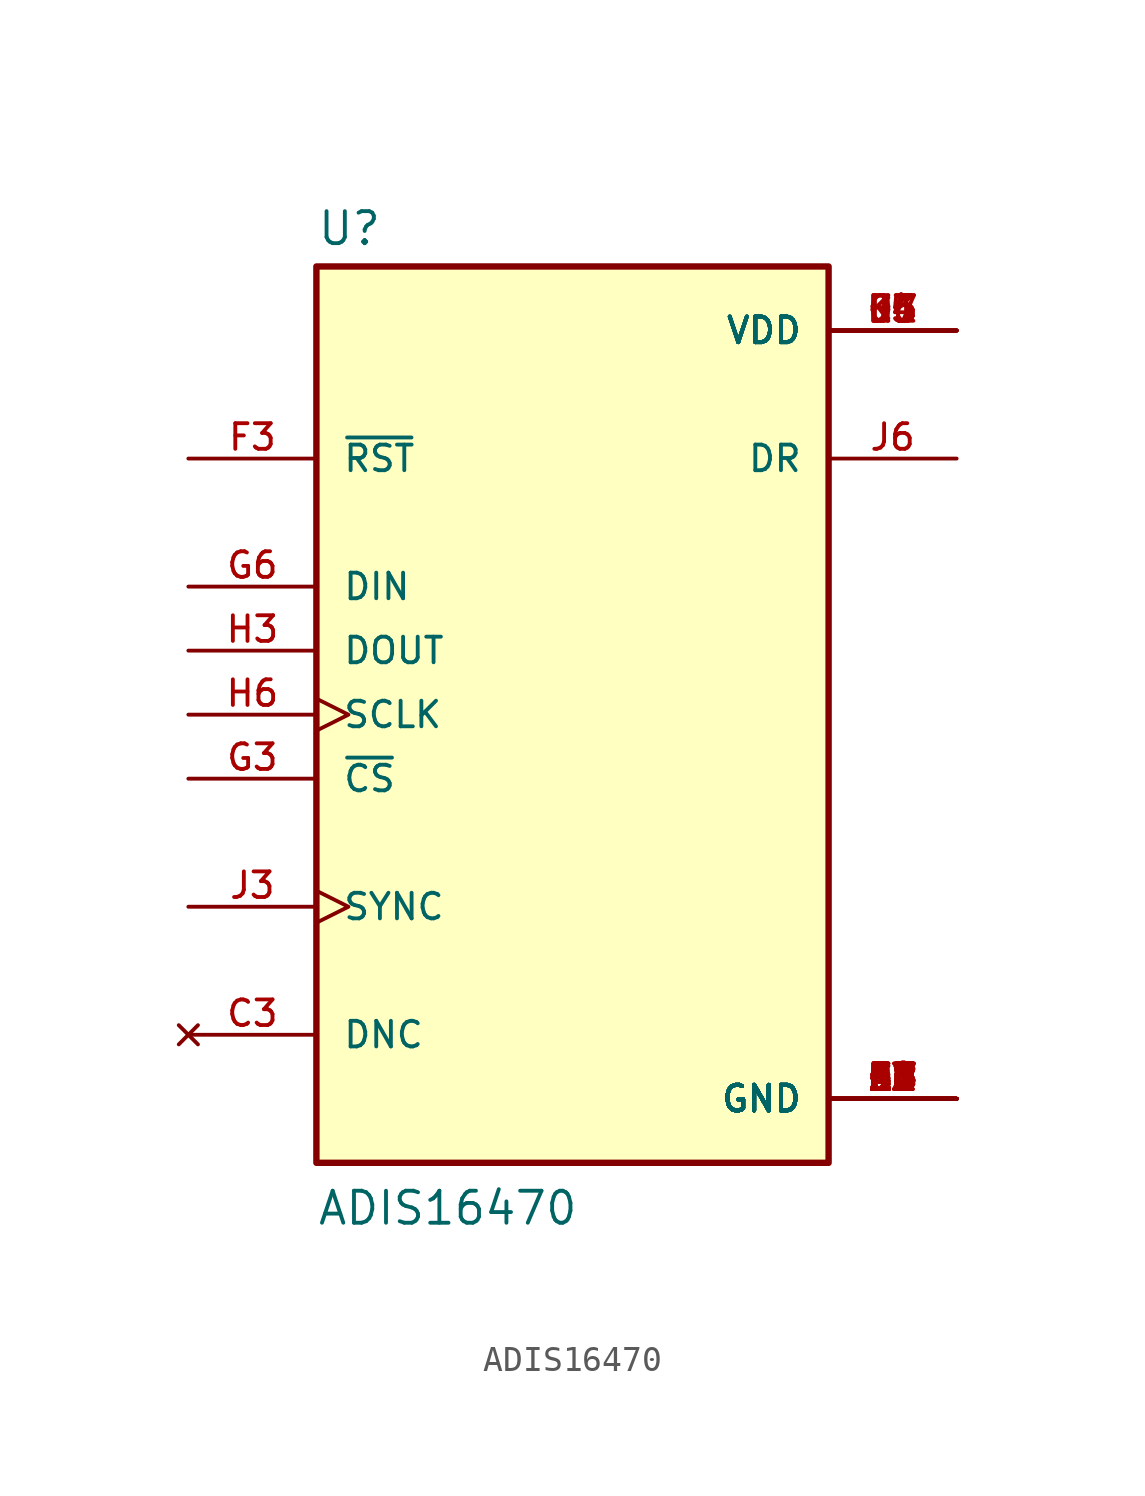
<source format=kicad_sym>
(kicad_symbol_lib
  (version 20211014)
  (generator kicad_symbol_editor)
  (symbol "ADIS16470"
    (pin_names
      (offset 1.016))
    (property "Reference" "U"
      (at -10.16 18.542 0)
      (effects (font (size 1.27 1.27)) (justify bottom left)))
    (property "Value" "ADIS16470"
      (at -10.16 -20.32 0)
      (effects (font (size 1.27 1.27)) (justify bottom left)))
    (symbol "ADIS16470_0_0"
      (rectangle (start -10.16 -17.78) (end 10.16 17.78) (stroke (width 0.254)) (fill (type background)))
      (pin power_in line (at 15.24 -15.24 180.0) (length 5.08) (name "GND" (effects (font (size 1.016 1.016)))) (number "A1" (effects (font (size 1.016 1.016)))))
      (pin power_in line (at 15.24 -15.24 180.0) (length 5.08) (name "GND" (effects (font (size 1.016 1.016)))) (number "A2" (effects (font (size 1.016 1.016)))))
      (pin power_in line (at 15.24 -15.24 180.0) (length 5.08) (name "GND" (effects (font (size 1.016 1.016)))) (number "A3" (effects (font (size 1.016 1.016)))))
      (pin power_in line (at 15.24 -15.24 180.0) (length 5.08) (name "GND" (effects (font (size 1.016 1.016)))) (number "A4" (effects (font (size 1.016 1.016)))))
      (pin power_in line (at 15.24 -15.24 180.0) (length 5.08) (name "GND" (effects (font (size 1.016 1.016)))) (number "A5" (effects (font (size 1.016 1.016)))))
      (pin power_in line (at 15.24 -15.24 180.0) (length 5.08) (name "GND" (effects (font (size 1.016 1.016)))) (number "A6" (effects (font (size 1.016 1.016)))))
      (pin power_in line (at 15.24 -15.24 180.0) (length 5.08) (name "GND" (effects (font (size 1.016 1.016)))) (number "A7" (effects (font (size 1.016 1.016)))))
      (pin power_in line (at 15.24 -15.24 180.0) (length 5.08) (name "GND" (effects (font (size 1.016 1.016)))) (number "A8" (effects (font (size 1.016 1.016)))))
      (pin power_in line (at 15.24 -15.24 180.0) (length 5.08) (name "GND" (effects (font (size 1.016 1.016)))) (number "B3" (effects (font (size 1.016 1.016)))))
      (pin power_in line (at 15.24 -15.24 180.0) (length 5.08) (name "GND" (effects (font (size 1.016 1.016)))) (number "B4" (effects (font (size 1.016 1.016)))))
      (pin power_in line (at 15.24 -15.24 180.0) (length 5.08) (name "GND" (effects (font (size 1.016 1.016)))) (number "B5" (effects (font (size 1.016 1.016)))))
      (pin power_in line (at 15.24 -15.24 180.0) (length 5.08) (name "GND" (effects (font (size 1.016 1.016)))) (number "B6" (effects (font (size 1.016 1.016)))))
      (pin power_in line (at 15.24 -15.24 180.0) (length 5.08) (name "GND" (effects (font (size 1.016 1.016)))) (number "C2" (effects (font (size 1.016 1.016)))))
      (pin power_in line (at 15.24 -15.24 180.0) (length 5.08) (name "GND" (effects (font (size 1.016 1.016)))) (number "C6" (effects (font (size 1.016 1.016)))))
      (pin power_in line (at 15.24 -15.24 180.0) (length 5.08) (name "GND" (effects (font (size 1.016 1.016)))) (number "D3" (effects (font (size 1.016 1.016)))))
      (pin power_in line (at 15.24 -15.24 180.0) (length 5.08) (name "GND" (effects (font (size 1.016 1.016)))) (number "E2" (effects (font (size 1.016 1.016)))))
      (pin power_in line (at 15.24 -15.24 180.0) (length 5.08) (name "GND" (effects (font (size 1.016 1.016)))) (number "E6" (effects (font (size 1.016 1.016)))))
      (pin power_in line (at 15.24 -15.24 180.0) (length 5.08) (name "GND" (effects (font (size 1.016 1.016)))) (number "E7" (effects (font (size 1.016 1.016)))))
      (pin power_in line (at 15.24 -15.24 180.0) (length 5.08) (name "GND" (effects (font (size 1.016 1.016)))) (number "F1" (effects (font (size 1.016 1.016)))))
      (pin power_in line (at 15.24 -15.24 180.0) (length 5.08) (name "GND" (effects (font (size 1.016 1.016)))) (number "F6" (effects (font (size 1.016 1.016)))))
      (pin power_in line (at 15.24 -15.24 180.0) (length 5.08) (name "GND" (effects (font (size 1.016 1.016)))) (number "F8" (effects (font (size 1.016 1.016)))))
      (pin power_in line (at 15.24 -15.24 180.0) (length 5.08) (name "GND" (effects (font (size 1.016 1.016)))) (number "G2" (effects (font (size 1.016 1.016)))))
      (pin power_in line (at 15.24 -15.24 180.0) (length 5.08) (name "GND" (effects (font (size 1.016 1.016)))) (number "G7" (effects (font (size 1.016 1.016)))))
      (pin power_in line (at 15.24 -15.24 180.0) (length 5.08) (name "GND" (effects (font (size 1.016 1.016)))) (number "H8" (effects (font (size 1.016 1.016)))))
      (pin power_in line (at 15.24 -15.24 180.0) (length 5.08) (name "GND" (effects (font (size 1.016 1.016)))) (number "J2" (effects (font (size 1.016 1.016)))))
      (pin power_in line (at 15.24 -15.24 180.0) (length 5.08) (name "GND" (effects (font (size 1.016 1.016)))) (number "J7" (effects (font (size 1.016 1.016)))))
      (pin power_in line (at 15.24 -15.24 180.0) (length 5.08) (name "GND" (effects (font (size 1.016 1.016)))) (number "K1" (effects (font (size 1.016 1.016)))))
      (pin power_in line (at 15.24 -15.24 180.0) (length 5.08) (name "GND" (effects (font (size 1.016 1.016)))) (number "K3" (effects (font (size 1.016 1.016)))))
      (pin power_in line (at 15.24 -15.24 180.0) (length 5.08) (name "GND" (effects (font (size 1.016 1.016)))) (number "K8" (effects (font (size 1.016 1.016)))))
      (pin no_connect line (at -15.24 -12.7 0) (length 5.08) (name "DNC" (effects (font (size 1.016 1.016)))) (number "C3" (effects (font (size 1.016 1.016)))))
      (pin power_in line (at 15.24 15.24 180.0) (length 5.08) (name "VDD" (effects (font (size 1.016 1.016)))) (number "C7" (effects (font (size 1.016 1.016)))))
      (pin power_in line (at 15.24 15.24 180.0) (length 5.08) (name "VDD" (effects (font (size 1.016 1.016)))) (number "D6" (effects (font (size 1.016 1.016)))))
      (pin power_in line (at 15.24 15.24 180.0) (length 5.08) (name "VDD" (effects (font (size 1.016 1.016)))) (number "E3" (effects (font (size 1.016 1.016)))))
      (pin power_in line (at 15.24 15.24 180.0) (length 5.08) (name "VDD" (effects (font (size 1.016 1.016)))) (number "H1" (effects (font (size 1.016 1.016)))))
      (pin power_in line (at 15.24 15.24 180.0) (length 5.08) (name "VDD" (effects (font (size 1.016 1.016)))) (number "J4" (effects (font (size 1.016 1.016)))))
      (pin power_in line (at 15.24 15.24 180.0) (length 5.08) (name "VDD" (effects (font (size 1.016 1.016)))) (number "J5" (effects (font (size 1.016 1.016)))))
      (pin power_in line (at 15.24 15.24 180.0) (length 5.08) (name "VDD" (effects (font (size 1.016 1.016)))) (number "K6" (effects (font (size 1.016 1.016)))))
      (pin input line (at -15.24 10.16 0) (length 5.08) (name "~{RST}" (effects (font (size 1.016 1.016)))) (number "F3" (effects (font (size 1.016 1.016)))))
      (pin input line (at -15.24 -2.54 0) (length 5.08) (name "~{CS}" (effects (font (size 1.016 1.016)))) (number "G3" (effects (font (size 1.016 1.016)))))
      (pin input line (at -15.24 5.08 0) (length 5.08) (name "DIN" (effects (font (size 1.016 1.016)))) (number "G6" (effects (font (size 1.016 1.016)))))
      (pin output line (at -15.24 2.54 0) (length 5.08) (name "DOUT" (effects (font (size 1.016 1.016)))) (number "H3" (effects (font (size 1.016 1.016)))))
      (pin input clock (at -15.24 0.0 0) (length 5.08) (name "SCLK" (effects (font (size 1.016 1.016)))) (number "H6" (effects (font (size 1.016 1.016)))))
      (pin input clock (at -15.24 -7.62 0) (length 5.08) (name "SYNC" (effects (font (size 1.016 1.016)))) (number "J3" (effects (font (size 1.016 1.016)))))
      (pin output line (at 15.24 10.16 180.0) (length 5.08) (name "DR" (effects (font (size 1.016 1.016)))) (number "J6" (effects (font (size 1.016 1.016))))))))
</source>
